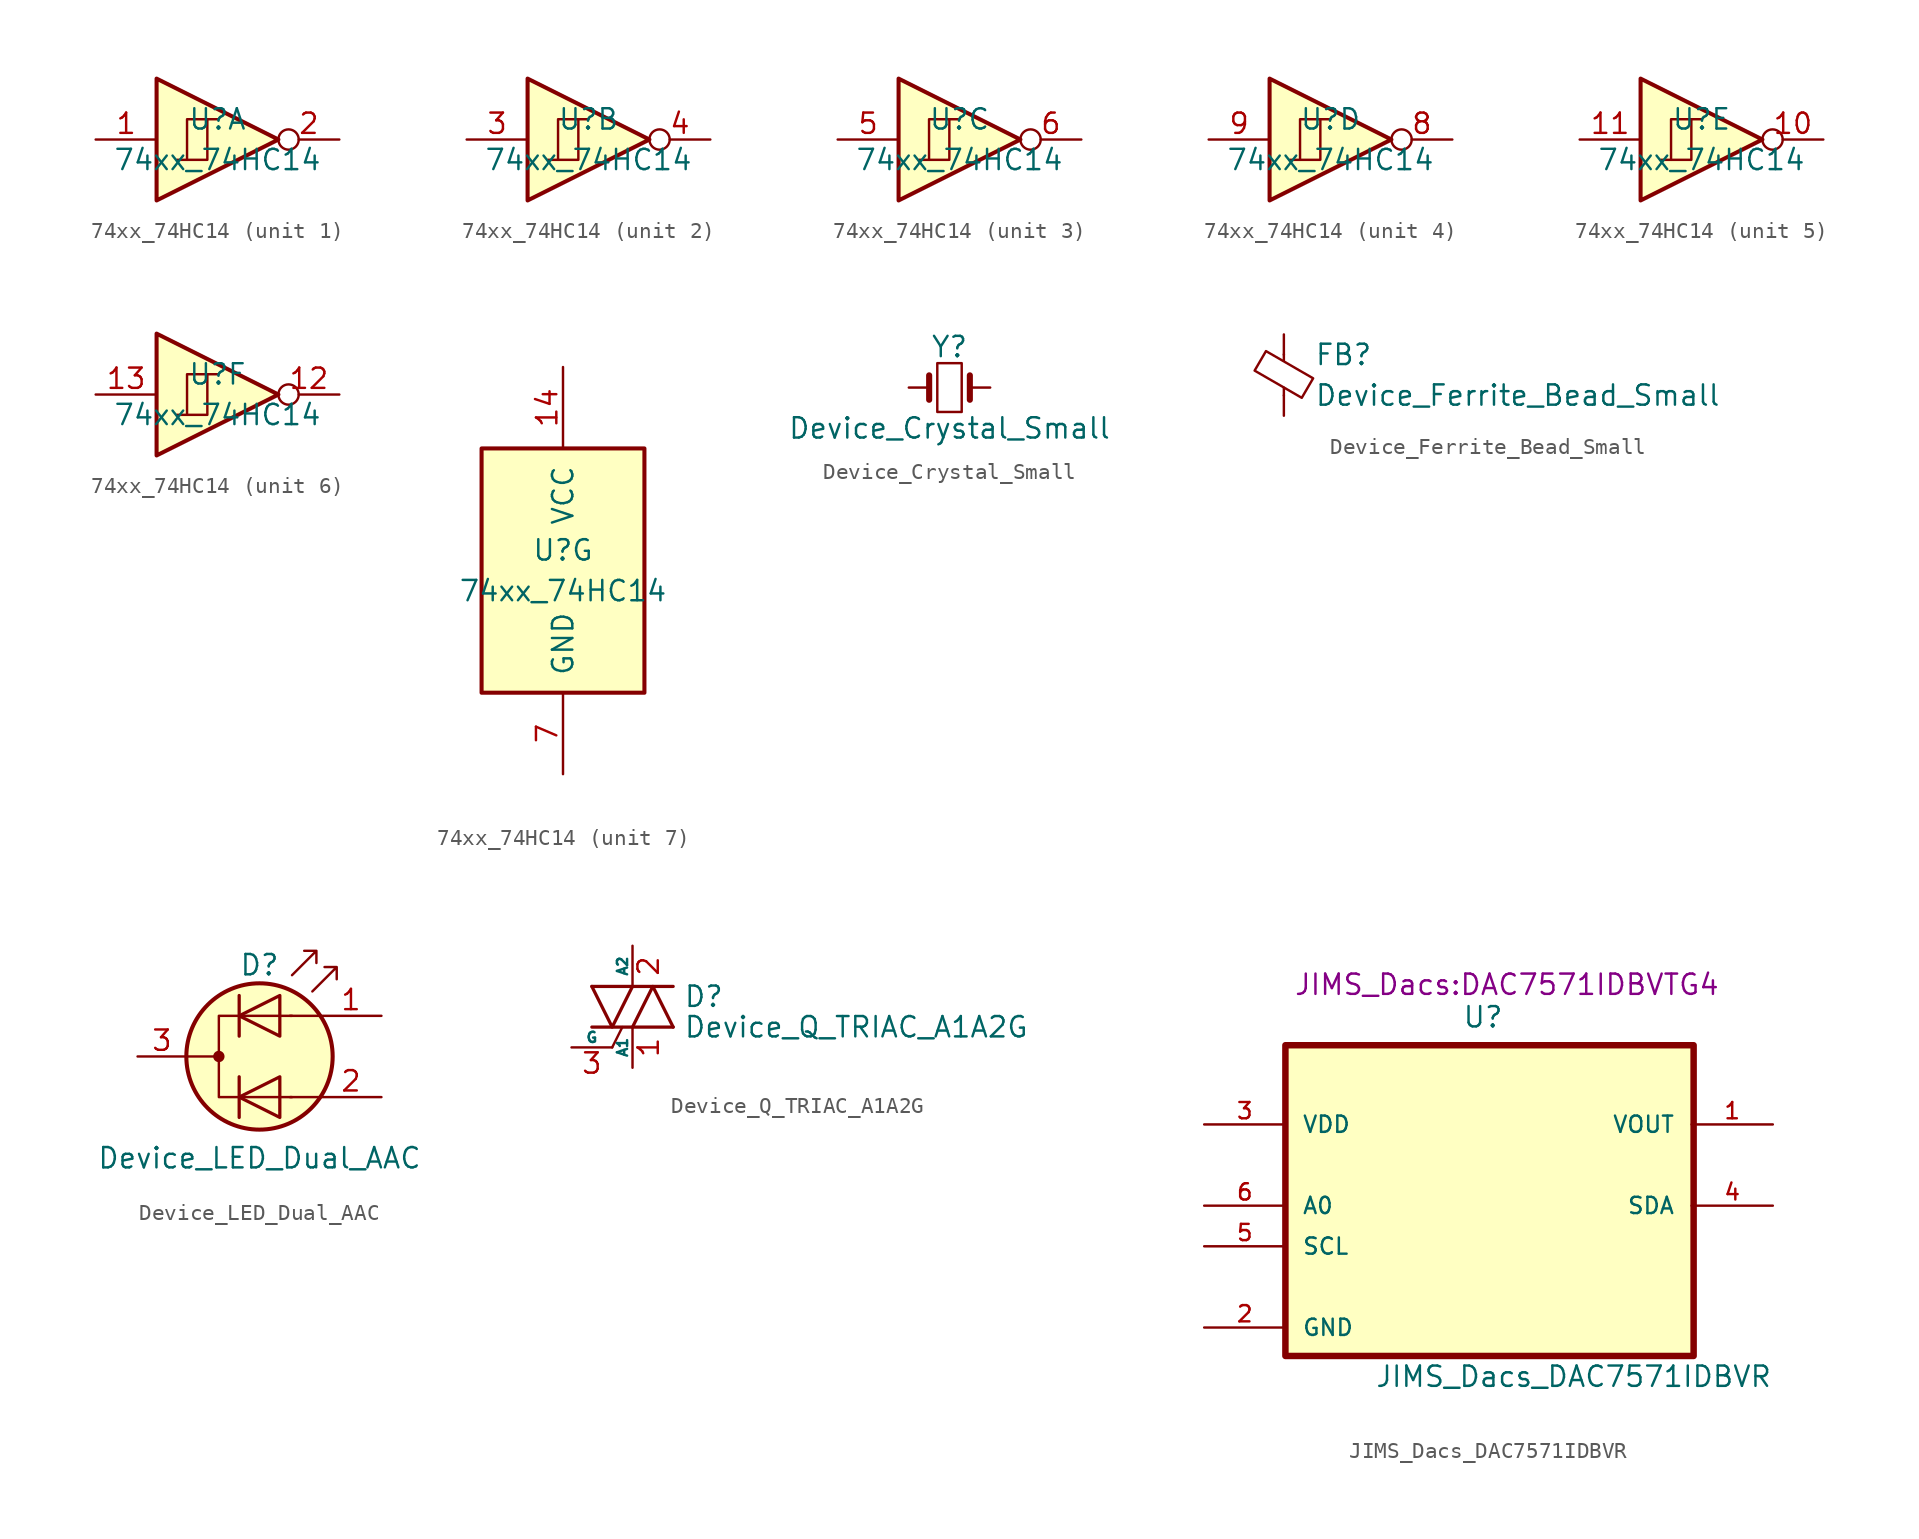
<source format=kicad_sym>
(kicad_symbol_lib
  (version 20231120)
  (generator "kicad_symbol_editor")
  (generator_version "8.0")
  (symbol "74xx_74HC14"
    (pin_names
      (offset 1.016))
    (property "Reference" "U"
      (at 0 1.27 0)
      (effects (font (size 1.27 1.27))))
    (property "Value" "74xx_74HC14"
      (at 0 -1.27 0)
      (effects (font (size 1.27 1.27))))
    (property "ki_locked" ""
      (at 0 0 0)
      (effects (font (size 1.27 1.27))))
    (symbol "74xx_74HC14_1_0"
      (polyline (pts (xy -3.81 3.81) (xy -3.81 -3.81) (xy 3.81 0) (xy -3.81 3.81)) (stroke (width 0.254) (type solid)) (fill (type background)))
      (pin input line (at -7.62 0 0) (length 3.81) (name "~" (effects (font (size 1.27 1.27)))) (number "1" (effects (font (size 1.27 1.27)))))
      (pin output inverted (at 7.62 0 180) (length 3.81) (name "~" (effects (font (size 1.27 1.27)))) (number "2" (effects (font (size 1.27 1.27))))))
    (symbol "74xx_74HC14_1_1"
      (polyline (pts (xy -1.905 -1.27) (xy -1.905 1.27) (xy -0.635 1.27)) (stroke (width 0) (type solid)) (fill (type none)))
      (polyline (pts (xy -2.54 -1.27) (xy -0.635 -1.27) (xy -0.635 1.27) (xy 0 1.27)) (stroke (width 0) (type solid)) (fill (type none))))
    (symbol "74xx_74HC14_2_0"
      (polyline (pts (xy -3.81 3.81) (xy -3.81 -3.81) (xy 3.81 0) (xy -3.81 3.81)) (stroke (width 0.254) (type solid)) (fill (type background)))
      (pin input line (at -7.62 0 0) (length 3.81) (name "~" (effects (font (size 1.27 1.27)))) (number "3" (effects (font (size 1.27 1.27)))))
      (pin output inverted (at 7.62 0 180) (length 3.81) (name "~" (effects (font (size 1.27 1.27)))) (number "4" (effects (font (size 1.27 1.27))))))
    (symbol "74xx_74HC14_2_1"
      (polyline (pts (xy -1.905 -1.27) (xy -1.905 1.27) (xy -0.635 1.27)) (stroke (width 0) (type solid)) (fill (type none)))
      (polyline (pts (xy -2.54 -1.27) (xy -0.635 -1.27) (xy -0.635 1.27) (xy 0 1.27)) (stroke (width 0) (type solid)) (fill (type none))))
    (symbol "74xx_74HC14_3_0"
      (polyline (pts (xy -3.81 3.81) (xy -3.81 -3.81) (xy 3.81 0) (xy -3.81 3.81)) (stroke (width 0.254) (type solid)) (fill (type background)))
      (pin input line (at -7.62 0 0) (length 3.81) (name "~" (effects (font (size 1.27 1.27)))) (number "5" (effects (font (size 1.27 1.27)))))
      (pin output inverted (at 7.62 0 180) (length 3.81) (name "~" (effects (font (size 1.27 1.27)))) (number "6" (effects (font (size 1.27 1.27))))))
    (symbol "74xx_74HC14_3_1"
      (polyline (pts (xy -1.905 -1.27) (xy -1.905 1.27) (xy -0.635 1.27)) (stroke (width 0) (type solid)) (fill (type none)))
      (polyline (pts (xy -2.54 -1.27) (xy -0.635 -1.27) (xy -0.635 1.27) (xy 0 1.27)) (stroke (width 0) (type solid)) (fill (type none))))
    (symbol "74xx_74HC14_4_0"
      (polyline (pts (xy -3.81 3.81) (xy -3.81 -3.81) (xy 3.81 0) (xy -3.81 3.81)) (stroke (width 0.254) (type solid)) (fill (type background)))
      (pin output inverted (at 7.62 0 180) (length 3.81) (name "~" (effects (font (size 1.27 1.27)))) (number "8" (effects (font (size 1.27 1.27)))))
      (pin input line (at -7.62 0 0) (length 3.81) (name "~" (effects (font (size 1.27 1.27)))) (number "9" (effects (font (size 1.27 1.27))))))
    (symbol "74xx_74HC14_4_1"
      (polyline (pts (xy -1.905 -1.27) (xy -1.905 1.27) (xy -0.635 1.27)) (stroke (width 0) (type solid)) (fill (type none)))
      (polyline (pts (xy -2.54 -1.27) (xy -0.635 -1.27) (xy -0.635 1.27) (xy 0 1.27)) (stroke (width 0) (type solid)) (fill (type none))))
    (symbol "74xx_74HC14_5_0"
      (polyline (pts (xy -3.81 3.81) (xy -3.81 -3.81) (xy 3.81 0) (xy -3.81 3.81)) (stroke (width 0.254) (type solid)) (fill (type background)))
      (pin output inverted (at 7.62 0 180) (length 3.81) (name "~" (effects (font (size 1.27 1.27)))) (number "10" (effects (font (size 1.27 1.27)))))
      (pin input line (at -7.62 0 0) (length 3.81) (name "~" (effects (font (size 1.27 1.27)))) (number "11" (effects (font (size 1.27 1.27))))))
    (symbol "74xx_74HC14_5_1"
      (polyline (pts (xy -1.905 -1.27) (xy -1.905 1.27) (xy -0.635 1.27)) (stroke (width 0) (type solid)) (fill (type none)))
      (polyline (pts (xy -2.54 -1.27) (xy -0.635 -1.27) (xy -0.635 1.27) (xy 0 1.27)) (stroke (width 0) (type solid)) (fill (type none))))
    (symbol "74xx_74HC14_6_0"
      (polyline (pts (xy -3.81 3.81) (xy -3.81 -3.81) (xy 3.81 0) (xy -3.81 3.81)) (stroke (width 0.254) (type solid)) (fill (type background)))
      (pin output inverted (at 7.62 0 180) (length 3.81) (name "~" (effects (font (size 1.27 1.27)))) (number "12" (effects (font (size 1.27 1.27)))))
      (pin input line (at -7.62 0 0) (length 3.81) (name "~" (effects (font (size 1.27 1.27)))) (number "13" (effects (font (size 1.27 1.27))))))
    (symbol "74xx_74HC14_6_1"
      (polyline (pts (xy -1.905 -1.27) (xy -1.905 1.27) (xy -0.635 1.27)) (stroke (width 0) (type solid)) (fill (type none)))
      (polyline (pts (xy -2.54 -1.27) (xy -0.635 -1.27) (xy -0.635 1.27) (xy 0 1.27)) (stroke (width 0) (type solid)) (fill (type none))))
    (symbol "74xx_74HC14_7_0"
      (pin power_in line (at 0 12.7 270) (length 5.08) (name "VCC" (effects (font (size 1.27 1.27)))) (number "14" (effects (font (size 1.27 1.27)))))
      (pin power_in line (at 0 -12.7 90) (length 5.08) (name "GND" (effects (font (size 1.27 1.27)))) (number "7" (effects (font (size 1.27 1.27))))))
    (symbol "74xx_74HC14_7_1"
      (rectangle (start -5.08 7.62) (end 5.08 -7.62) (stroke (width 0.254) (type solid)) (fill (type background)))))
  (symbol "Device_Crystal_Small"
    (pin_numbers hide)
    (pin_names
      (offset 1.016) hide)
    (property "Reference" "Y"
      (at 0 2.54 0)
      (effects (font (size 1.27 1.27))))
    (property "Value" "Device_Crystal_Small"
      (at 0 -2.54 0)
      (effects (font (size 1.27 1.27))))
    (symbol "Device_Crystal_Small_0_1"
      (rectangle (start -0.762 -1.524) (end 0.762 1.524) (stroke (width 0) (type solid)) (fill (type none)))
      (polyline (pts (xy -1.27 -0.762) (xy -1.27 0.762)) (stroke (width 0.381) (type solid)) (fill (type none)))
      (polyline (pts (xy 1.27 -0.762) (xy 1.27 0.762)) (stroke (width 0.381) (type solid)) (fill (type none))))
    (symbol "Device_Crystal_Small_1_1"
      (pin passive line (at -2.54 0 0) (length 1.27) (name "1" (effects (font (size 1.27 1.27)))) (number "1" (effects (font (size 1.27 1.27)))))
      (pin passive line (at 2.54 0 180) (length 1.27) (name "2" (effects (font (size 1.27 1.27)))) (number "2" (effects (font (size 1.27 1.27)))))))
  (symbol "Device_Ferrite_Bead_Small"
    (pin_numbers hide)
    (pin_names
      (offset 0))
    (property "Reference" "FB"
      (at 1.905 1.27 0)
      (effects (font (size 1.27 1.27)) (justify left)))
    (property "Value" "Device_Ferrite_Bead_Small"
      (at 1.905 -1.27 0)
      (effects (font (size 1.27 1.27)) (justify left)))
    (symbol "Device_Ferrite_Bead_Small_0_1"
      (polyline (pts (xy 0 -1.27) (xy 0 -0.787)) (stroke (width 0) (type solid)) (fill (type none)))
      (polyline (pts (xy 0 0.889) (xy 0 1.295)) (stroke (width 0) (type solid)) (fill (type none)))
      (polyline (pts (xy -1.829 0.279) (xy -1.118 1.499) (xy 1.829 -0.203) (xy 1.118 -1.422) (xy -1.829 0.279)) (stroke (width 0) (type solid)) (fill (type none))))
    (symbol "Device_Ferrite_Bead_Small_1_1"
      (pin passive line (at 0 2.54 270) (length 1.27) (name "~" (effects (font (size 1.27 1.27)))) (number "1" (effects (font (size 1.27 1.27)))))
      (pin passive line (at 0 -2.54 90) (length 1.27) (name "~" (effects (font (size 1.27 1.27)))) (number "2" (effects (font (size 1.27 1.27)))))))
  (symbol "Device_LED_Dual_AAC"
    (pin_names
      (offset 0) hide)
    (property "Reference" "D"
      (at 0 5.715 0)
      (effects (font (size 1.27 1.27))))
    (property "Value" "Device_LED_Dual_AAC"
      (at 0 -6.35 0)
      (effects (font (size 1.27 1.27))))
    (symbol "Device_LED_Dual_AAC_0_1"
      (circle (center -2.54 0) (radius 0.279) (stroke (width 0) (type solid)) (fill (type outline)))
      (polyline (pts (xy -4.572 0) (xy -2.54 0)) (stroke (width 0) (type solid)) (fill (type none)))
      (polyline (pts (xy -1.27 -1.27) (xy -1.27 -3.81)) (stroke (width 0.203) (type solid)) (fill (type none)))
      (polyline (pts (xy -1.27 1.27) (xy -1.27 3.81)) (stroke (width 0.203) (type solid)) (fill (type none)))
      (polyline (pts (xy 3.81 -2.54) (xy 1.905 -2.54)) (stroke (width 0) (type solid)) (fill (type none)))
      (polyline (pts (xy 3.81 2.54) (xy 1.905 2.54)) (stroke (width 0) (type solid)) (fill (type none)))
      (polyline (pts (xy 1.27 -3.81) (xy 1.27 -1.27) (xy -1.27 -2.54) (xy 1.27 -3.81)) (stroke (width 0.203) (type solid)) (fill (type none)))
      (polyline (pts (xy 1.27 1.27) (xy 1.27 3.81) (xy -1.27 2.54) (xy 1.27 1.27)) (stroke (width 0.203) (type solid)) (fill (type none)))
      (polyline (pts (xy 2.032 2.54) (xy -2.54 2.54) (xy -2.54 -2.54) (xy 2.032 -2.54)) (stroke (width 0) (type solid)) (fill (type none)))
      (polyline (pts (xy 2.032 5.08) (xy 3.556 6.604) (xy 2.794 6.604) (xy 3.556 6.604) (xy 3.556 5.842)) (stroke (width 0) (type solid)) (fill (type none)))
      (polyline (pts (xy 3.302 4.064) (xy 4.826 5.588) (xy 4.064 5.588) (xy 4.826 5.588) (xy 4.826 4.826)) (stroke (width 0) (type solid)) (fill (type none)))
      (circle (center 0 0) (radius 4.572) (stroke (width 0.254) (type solid)) (fill (type background))))
    (symbol "Device_LED_Dual_AAC_1_1"
      (pin input line (at 7.62 2.54 180) (length 3.81) (name "A1" (effects (font (size 1.27 1.27)))) (number "1" (effects (font (size 1.27 1.27)))))
      (pin input line (at 7.62 -2.54 180) (length 3.81) (name "A2" (effects (font (size 1.27 1.27)))) (number "2" (effects (font (size 1.27 1.27)))))
      (pin input line (at -7.62 0 0) (length 3.048) (name "K" (effects (font (size 1.27 1.27)))) (number "3" (effects (font (size 1.27 1.27)))))))
  (symbol "Device_Q_TRIAC_A1A2G"
    (pin_names
      (offset 0))
    (property "Reference" "D"
      (at 3.175 0.635 0)
      (effects (font (size 1.27 1.27)) (justify left)))
    (property "Value" "Device_Q_TRIAC_A1A2G"
      (at 3.175 -1.27 0)
      (effects (font (size 1.27 1.27)) (justify left)))
    (symbol "Device_Q_TRIAC_A1A2G_0_1"
      (polyline (pts (xy -2.54 -1.27) (xy 2.54 -1.27)) (stroke (width 0.203) (type solid)) (fill (type none)))
      (polyline (pts (xy -2.54 1.27) (xy 2.54 1.27)) (stroke (width 0.203) (type solid)) (fill (type none)))
      (polyline (pts (xy -1.27 -2.54) (xy -0.635 -1.27)) (stroke (width 0) (type solid)) (fill (type none)))
      (polyline (pts (xy -2.54 1.27) (xy -1.27 -1.27) (xy 0 1.27)) (stroke (width 0.203) (type solid)) (fill (type none)))
      (polyline (pts (xy 0 -1.27) (xy 1.27 1.27) (xy 2.54 -1.27)) (stroke (width 0.203) (type solid)) (fill (type none))))
    (symbol "Device_Q_TRIAC_A1A2G_1_1"
      (pin passive line (at 0 -3.81 90) (length 2.54) (name "A1" (effects (font (size 0.635 0.635)))) (number "1" (effects (font (size 1.27 1.27)))))
      (pin passive line (at 0 3.81 270) (length 2.54) (name "A2" (effects (font (size 0.635 0.635)))) (number "2" (effects (font (size 1.27 1.27)))))
      (pin input line (at -3.81 -2.54 0) (length 2.54) (name "G" (effects (font (size 0.635 0.635)))) (number "3" (effects (font (size 1.27 1.27)))))))
  (symbol "JIMS_Dacs_DAC7571IDBVR"
    (pin_names
      (offset 1.016))
    (property "Reference" "U"
      (at -1.651 8.509 0)
      (effects (font (size 1.27 1.27)) (justify left bottom)))
    (property "Value" "JIMS_Dacs_DAC7571IDBVR"
      (at -7.112 -13.97 0)
      (effects (font (size 1.27 1.27)) (justify left bottom)))
    (property "Footprint" "JIMS_Dacs:DAC7571IDBVTG4"
      (at -12.192 10.541 0)
      (effects (font (size 1.27 1.27)) (justify left bottom)))
    (symbol "JIMS_Dacs_DAC7571IDBVR_0_0"
      (rectangle (start -12.7 7.493) (end 12.827 -11.938) (stroke (width 0.406) (type solid)) (fill (type background)))
      (pin output line (at 17.78 2.54 180) (length 5.08) (name "VOUT" (effects (font (size 1.016 1.016)))) (number "1" (effects (font (size 1.016 1.016)))))
      (pin passive line (at -17.78 -10.16 0) (length 5.08) (name "GND" (effects (font (size 1.016 1.016)))) (number "2" (effects (font (size 1.016 1.016)))))
      (pin power_in line (at -17.78 2.54 0) (length 5.08) (name "VDD" (effects (font (size 1.016 1.016)))) (number "3" (effects (font (size 1.016 1.016)))))
      (pin bidirectional line (at 17.78 -2.54 180) (length 5.08) (name "SDA" (effects (font (size 1.016 1.016)))) (number "4" (effects (font (size 1.016 1.016)))))
      (pin input line (at -17.78 -5.08 0) (length 5.08) (name "SCL" (effects (font (size 1.016 1.016)))) (number "5" (effects (font (size 1.016 1.016)))))
      (pin input line (at -17.78 -2.54 0) (length 5.08) (name "A0" (effects (font (size 1.016 1.016)))) (number "6" (effects (font (size 1.016 1.016))))))))
</source>
